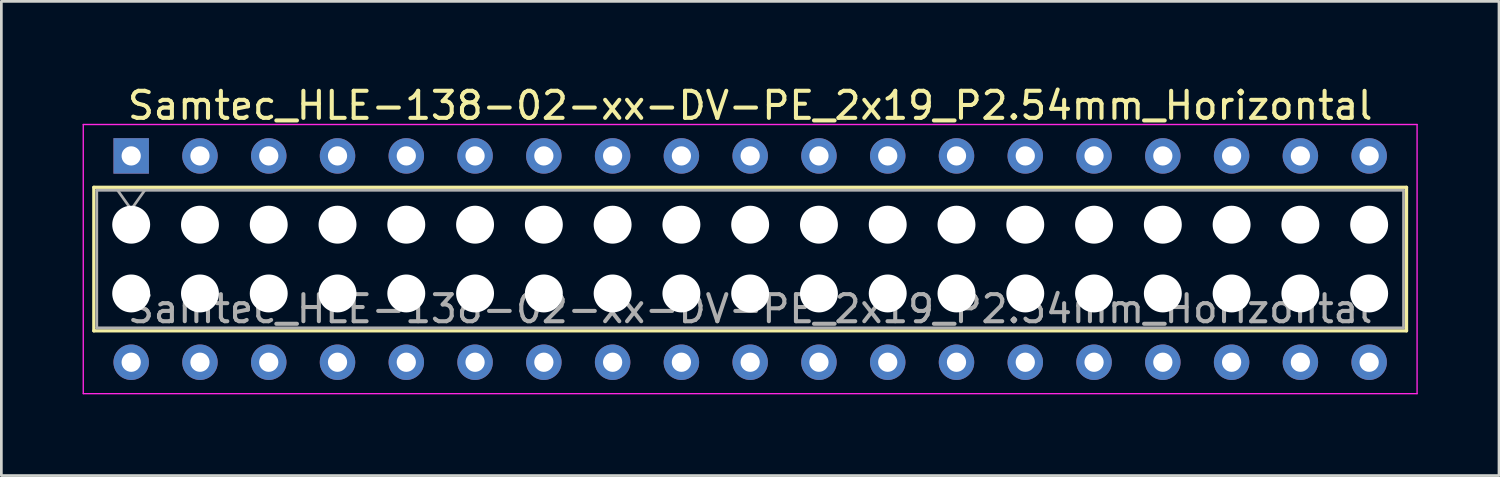
<source format=kicad_pcb>
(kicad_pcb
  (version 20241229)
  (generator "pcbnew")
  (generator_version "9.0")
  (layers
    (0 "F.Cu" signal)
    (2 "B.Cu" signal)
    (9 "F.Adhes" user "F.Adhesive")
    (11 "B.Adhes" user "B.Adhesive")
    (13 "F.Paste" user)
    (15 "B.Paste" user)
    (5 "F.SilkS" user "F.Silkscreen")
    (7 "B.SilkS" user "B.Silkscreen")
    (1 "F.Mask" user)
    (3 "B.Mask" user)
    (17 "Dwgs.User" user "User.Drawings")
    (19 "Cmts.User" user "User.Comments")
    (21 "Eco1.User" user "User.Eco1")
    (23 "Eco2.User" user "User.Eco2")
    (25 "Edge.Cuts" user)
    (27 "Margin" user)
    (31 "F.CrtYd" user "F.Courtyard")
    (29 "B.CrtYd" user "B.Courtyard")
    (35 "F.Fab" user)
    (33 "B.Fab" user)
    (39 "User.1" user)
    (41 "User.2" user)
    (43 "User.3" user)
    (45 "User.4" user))
  (footprint "Samtec_HLE-138-02-xx-DV-PE_2x19_P2.54mm_Horizontal"
    (layer "F.Cu")
    (at 1.795 2.708)
    (property "Reference" "Samtec_HLE-138-02-xx-DV-PE_2x19_P2.54mm_Horizontal" (at 22.86 -1.86 0) (layer "F.SilkS") (effects (font (size 1 1) (thickness 0.15))))
    (attr through_hole)
    (fp_line (start -1.38 1.16) (end 47.1 1.16) (stroke (width 0.12) (type solid)) (layer "F.SilkS"))
    (fp_line (start -1.38 6.46) (end -1.38 1.16) (stroke (width 0.12) (type solid)) (layer "F.SilkS"))
    (fp_line (start 47.1 1.16) (end 47.1 6.46) (stroke (width 0.12) (type solid)) (layer "F.SilkS"))
    (fp_line (start 47.1 6.46) (end -1.38 6.46) (stroke (width 0.12) (type solid)) (layer "F.SilkS"))
    (fp_line (start -1.77 -1.16) (end 47.49 -1.16) (stroke (width 0.05) (type solid)) (layer "F.CrtYd"))
    (fp_line (start -1.77 8.78) (end -1.77 -1.16) (stroke (width 0.05) (type solid)) (layer "F.CrtYd"))
    (fp_line (start 47.49 -1.16) (end 47.49 8.78) (stroke (width 0.05) (type solid)) (layer "F.CrtYd"))
    (fp_line (start 47.49 8.78) (end -1.77 8.78) (stroke (width 0.05) (type solid)) (layer "F.CrtYd"))
    (fp_line (start -1.27 1.27) (end 46.99 1.27) (stroke (width 0.1) (type solid)) (layer "F.Fab"))
    (fp_line (start -1.27 6.35) (end -1.27 1.27) (stroke (width 0.1) (type solid)) (layer "F.Fab"))
    (fp_line (start -0.5 1.27) (end 0 1.977) (stroke (width 0.1) (type solid)) (layer "F.Fab"))
    (fp_line (start 0 1.977) (end 0.5 1.27) (stroke (width 0.1) (type solid)) (layer "F.Fab"))
    (fp_line (start 46.99 1.27) (end 46.99 6.35) (stroke (width 0.1) (type solid)) (layer "F.Fab"))
    (fp_line (start 46.99 6.35) (end -1.27 6.35) (stroke (width 0.1) (type solid)) (layer "F.Fab"))
    (fp_text user "${REFERENCE}" (at 22.86 5.65 0) (layer "F.Fab") (effects (font (size 1 1) (thickness 0.15))))
    (pad "" np_thru_hole circle (at 0 2.54) (size 1.4 1.4) (drill 1.4) (layers "*.Cu" "*.Mask"))
    (pad "" np_thru_hole circle (at 0 5.08) (size 1.4 1.4) (drill 1.4) (layers "*.Cu" "*.Mask"))
    (pad "" np_thru_hole circle (at 2.54 2.54) (size 1.4 1.4) (drill 1.4) (layers "*.Cu" "*.Mask"))
    (pad "" np_thru_hole circle (at 2.54 5.08) (size 1.4 1.4) (drill 1.4) (layers "*.Cu" "*.Mask"))
    (pad "" np_thru_hole circle (at 5.08 2.54) (size 1.4 1.4) (drill 1.4) (layers "*.Cu" "*.Mask"))
    (pad "" np_thru_hole circle (at 5.08 5.08) (size 1.4 1.4) (drill 1.4) (layers "*.Cu" "*.Mask"))
    (pad "" np_thru_hole circle (at 7.62 2.54) (size 1.4 1.4) (drill 1.4) (layers "*.Cu" "*.Mask"))
    (pad "" np_thru_hole circle (at 7.62 5.08) (size 1.4 1.4) (drill 1.4) (layers "*.Cu" "*.Mask"))
    (pad "" np_thru_hole circle (at 10.16 2.54) (size 1.4 1.4) (drill 1.4) (layers "*.Cu" "*.Mask"))
    (pad "" np_thru_hole circle (at 10.16 5.08) (size 1.4 1.4) (drill 1.4) (layers "*.Cu" "*.Mask"))
    (pad "" np_thru_hole circle (at 12.7 2.54) (size 1.4 1.4) (drill 1.4) (layers "*.Cu" "*.Mask"))
    (pad "" np_thru_hole circle (at 12.7 5.08) (size 1.4 1.4) (drill 1.4) (layers "*.Cu" "*.Mask"))
    (pad "" np_thru_hole circle (at 15.24 2.54) (size 1.4 1.4) (drill 1.4) (layers "*.Cu" "*.Mask"))
    (pad "" np_thru_hole circle (at 15.24 5.08) (size 1.4 1.4) (drill 1.4) (layers "*.Cu" "*.Mask"))
    (pad "" np_thru_hole circle (at 17.78 2.54) (size 1.4 1.4) (drill 1.4) (layers "*.Cu" "*.Mask"))
    (pad "" np_thru_hole circle (at 17.78 5.08) (size 1.4 1.4) (drill 1.4) (layers "*.Cu" "*.Mask"))
    (pad "" np_thru_hole circle (at 20.32 2.54) (size 1.4 1.4) (drill 1.4) (layers "*.Cu" "*.Mask"))
    (pad "" np_thru_hole circle (at 20.32 5.08) (size 1.4 1.4) (drill 1.4) (layers "*.Cu" "*.Mask"))
    (pad "" np_thru_hole circle (at 22.86 2.54) (size 1.4 1.4) (drill 1.4) (layers "*.Cu" "*.Mask"))
    (pad "" np_thru_hole circle (at 22.86 5.08) (size 1.4 1.4) (drill 1.4) (layers "*.Cu" "*.Mask"))
    (pad "" np_thru_hole circle (at 25.4 2.54) (size 1.4 1.4) (drill 1.4) (layers "*.Cu" "*.Mask"))
    (pad "" np_thru_hole circle (at 25.4 5.08) (size 1.4 1.4) (drill 1.4) (layers "*.Cu" "*.Mask"))
    (pad "" np_thru_hole circle (at 27.94 2.54) (size 1.4 1.4) (drill 1.4) (layers "*.Cu" "*.Mask"))
    (pad "" np_thru_hole circle (at 27.94 5.08) (size 1.4 1.4) (drill 1.4) (layers "*.Cu" "*.Mask"))
    (pad "" np_thru_hole circle (at 30.48 2.54) (size 1.4 1.4) (drill 1.4) (layers "*.Cu" "*.Mask"))
    (pad "" np_thru_hole circle (at 30.48 5.08) (size 1.4 1.4) (drill 1.4) (layers "*.Cu" "*.Mask"))
    (pad "" np_thru_hole circle (at 33.02 2.54) (size 1.4 1.4) (drill 1.4) (layers "*.Cu" "*.Mask"))
    (pad "" np_thru_hole circle (at 33.02 5.08) (size 1.4 1.4) (drill 1.4) (layers "*.Cu" "*.Mask"))
    (pad "" np_thru_hole circle (at 35.56 2.54) (size 1.4 1.4) (drill 1.4) (layers "*.Cu" "*.Mask"))
    (pad "" np_thru_hole circle (at 35.56 5.08) (size 1.4 1.4) (drill 1.4) (layers "*.Cu" "*.Mask"))
    (pad "" np_thru_hole circle (at 38.1 2.54) (size 1.4 1.4) (drill 1.4) (layers "*.Cu" "*.Mask"))
    (pad "" np_thru_hole circle (at 38.1 5.08) (size 1.4 1.4) (drill 1.4) (layers "*.Cu" "*.Mask"))
    (pad "" np_thru_hole circle (at 40.64 2.54) (size 1.4 1.4) (drill 1.4) (layers "*.Cu" "*.Mask"))
    (pad "" np_thru_hole circle (at 40.64 5.08) (size 1.4 1.4) (drill 1.4) (layers "*.Cu" "*.Mask"))
    (pad "" np_thru_hole circle (at 43.18 2.54) (size 1.4 1.4) (drill 1.4) (layers "*.Cu" "*.Mask"))
    (pad "" np_thru_hole circle (at 43.18 5.08) (size 1.4 1.4) (drill 1.4) (layers "*.Cu" "*.Mask"))
    (pad "" np_thru_hole circle (at 45.72 2.54) (size 1.4 1.4) (drill 1.4) (layers "*.Cu" "*.Mask"))
    (pad "" np_thru_hole circle (at 45.72 5.08) (size 1.4 1.4) (drill 1.4) (layers "*.Cu" "*.Mask"))
    (pad "1" thru_hole rect (at 0 0) (size 1.31 1.31) (drill 0.71) (layers "*.Cu" "*.Mask"))
    (pad "2" thru_hole circle (at 0 7.62) (size 1.31 1.31) (drill 0.71) (layers "*.Cu" "*.Mask"))
    (pad "3" thru_hole circle (at 2.54 0) (size 1.31 1.31) (drill 0.71) (layers "*.Cu" "*.Mask"))
    (pad "4" thru_hole circle (at 2.54 7.62) (size 1.31 1.31) (drill 0.71) (layers "*.Cu" "*.Mask"))
    (pad "5" thru_hole circle (at 5.08 0) (size 1.31 1.31) (drill 0.71) (layers "*.Cu" "*.Mask"))
    (pad "6" thru_hole circle (at 5.08 7.62) (size 1.31 1.31) (drill 0.71) (layers "*.Cu" "*.Mask"))
    (pad "7" thru_hole circle (at 7.62 0) (size 1.31 1.31) (drill 0.71) (layers "*.Cu" "*.Mask"))
    (pad "8" thru_hole circle (at 7.62 7.62) (size 1.31 1.31) (drill 0.71) (layers "*.Cu" "*.Mask"))
    (pad "9" thru_hole circle (at 10.16 0) (size 1.31 1.31) (drill 0.71) (layers "*.Cu" "*.Mask"))
    (pad "10" thru_hole circle (at 10.16 7.62) (size 1.31 1.31) (drill 0.71) (layers "*.Cu" "*.Mask"))
    (pad "11" thru_hole circle (at 12.7 0) (size 1.31 1.31) (drill 0.71) (layers "*.Cu" "*.Mask"))
    (pad "12" thru_hole circle (at 12.7 7.62) (size 1.31 1.31) (drill 0.71) (layers "*.Cu" "*.Mask"))
    (pad "13" thru_hole circle (at 15.24 0) (size 1.31 1.31) (drill 0.71) (layers "*.Cu" "*.Mask"))
    (pad "14" thru_hole circle (at 15.24 7.62) (size 1.31 1.31) (drill 0.71) (layers "*.Cu" "*.Mask"))
    (pad "15" thru_hole circle (at 17.78 0) (size 1.31 1.31) (drill 0.71) (layers "*.Cu" "*.Mask"))
    (pad "16" thru_hole circle (at 17.78 7.62) (size 1.31 1.31) (drill 0.71) (layers "*.Cu" "*.Mask"))
    (pad "17" thru_hole circle (at 20.32 0) (size 1.31 1.31) (drill 0.71) (layers "*.Cu" "*.Mask"))
    (pad "18" thru_hole circle (at 20.32 7.62) (size 1.31 1.31) (drill 0.71) (layers "*.Cu" "*.Mask"))
    (pad "19" thru_hole circle (at 22.86 0) (size 1.31 1.31) (drill 0.71) (layers "*.Cu" "*.Mask"))
    (pad "20" thru_hole circle (at 22.86 7.62) (size 1.31 1.31) (drill 0.71) (layers "*.Cu" "*.Mask"))
    (pad "21" thru_hole circle (at 25.4 0) (size 1.31 1.31) (drill 0.71) (layers "*.Cu" "*.Mask"))
    (pad "22" thru_hole circle (at 25.4 7.62) (size 1.31 1.31) (drill 0.71) (layers "*.Cu" "*.Mask"))
    (pad "23" thru_hole circle (at 27.94 0) (size 1.31 1.31) (drill 0.71) (layers "*.Cu" "*.Mask"))
    (pad "24" thru_hole circle (at 27.94 7.62) (size 1.31 1.31) (drill 0.71) (layers "*.Cu" "*.Mask"))
    (pad "25" thru_hole circle (at 30.48 0) (size 1.31 1.31) (drill 0.71) (layers "*.Cu" "*.Mask"))
    (pad "26" thru_hole circle (at 30.48 7.62) (size 1.31 1.31) (drill 0.71) (layers "*.Cu" "*.Mask"))
    (pad "27" thru_hole circle (at 33.02 0) (size 1.31 1.31) (drill 0.71) (layers "*.Cu" "*.Mask"))
    (pad "28" thru_hole circle (at 33.02 7.62) (size 1.31 1.31) (drill 0.71) (layers "*.Cu" "*.Mask"))
    (pad "29" thru_hole circle (at 35.56 0) (size 1.31 1.31) (drill 0.71) (layers "*.Cu" "*.Mask"))
    (pad "30" thru_hole circle (at 35.56 7.62) (size 1.31 1.31) (drill 0.71) (layers "*.Cu" "*.Mask"))
    (pad "31" thru_hole circle (at 38.1 0) (size 1.31 1.31) (drill 0.71) (layers "*.Cu" "*.Mask"))
    (pad "32" thru_hole circle (at 38.1 7.62) (size 1.31 1.31) (drill 0.71) (layers "*.Cu" "*.Mask"))
    (pad "33" thru_hole circle (at 40.64 0) (size 1.31 1.31) (drill 0.71) (layers "*.Cu" "*.Mask"))
    (pad "34" thru_hole circle (at 40.64 7.62) (size 1.31 1.31) (drill 0.71) (layers "*.Cu" "*.Mask"))
    (pad "35" thru_hole circle (at 43.18 0) (size 1.31 1.31) (drill 0.71) (layers "*.Cu" "*.Mask"))
    (pad "36" thru_hole circle (at 43.18 7.62) (size 1.31 1.31) (drill 0.71) (layers "*.Cu" "*.Mask"))
    (pad "37" thru_hole circle (at 45.72 0) (size 1.31 1.31) (drill 0.71) (layers "*.Cu" "*.Mask"))
    (pad "38" thru_hole circle (at 45.72 7.62) (size 1.31 1.31) (drill 0.71) (layers "*.Cu" "*.Mask")))
  (gr_rect
    (start -3 -3)
    (end 52.31 14.513)
    (stroke (width 0.1) (type default))
    (fill no)
    (layer "Edge.Cuts")))
</source>
